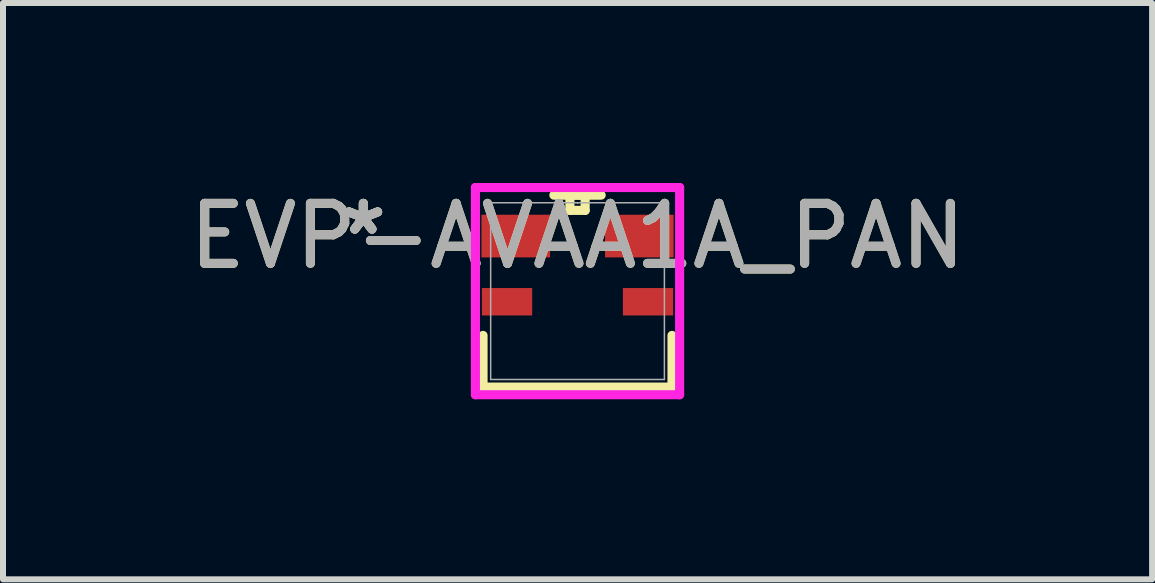
<source format=kicad_pcb>
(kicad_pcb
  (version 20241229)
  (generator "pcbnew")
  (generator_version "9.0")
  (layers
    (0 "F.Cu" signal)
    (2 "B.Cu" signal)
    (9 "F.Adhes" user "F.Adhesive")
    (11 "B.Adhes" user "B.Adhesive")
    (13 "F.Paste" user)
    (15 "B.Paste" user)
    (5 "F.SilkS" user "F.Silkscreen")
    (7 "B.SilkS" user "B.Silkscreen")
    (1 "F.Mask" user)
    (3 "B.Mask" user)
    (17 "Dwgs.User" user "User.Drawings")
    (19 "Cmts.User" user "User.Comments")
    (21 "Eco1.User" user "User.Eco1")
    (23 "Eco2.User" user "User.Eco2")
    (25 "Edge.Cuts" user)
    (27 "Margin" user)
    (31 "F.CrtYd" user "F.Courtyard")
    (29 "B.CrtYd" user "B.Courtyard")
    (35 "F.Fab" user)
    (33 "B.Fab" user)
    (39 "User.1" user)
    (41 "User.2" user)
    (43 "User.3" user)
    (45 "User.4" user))
  (footprint "EVP-AVAA1A_PAN"
    (layer "F.Cu")
    (at 6.577 1.803)
    (property "Reference" "EVP-AVAA1A_PAN" (at 0 -0.918 0) (unlocked yes) (layer "F.SilkS") (effects (font (size 1 1) (thickness 0.15))))
    (attr smd)
    (fp_line (start -1.575 0.738) (end -1.575 1.6) (stroke (width 0.152) (type solid)) (layer "F.SilkS"))
    (fp_line (start -1.575 1.6) (end 1.575 1.6) (stroke (width 0.152) (type solid)) (layer "F.SilkS"))
    (fp_line (start -0.127 -1.6) (end -0.127 -1.346) (stroke (width 0.152) (type solid)) (layer "F.SilkS"))
    (fp_line (start -0.127 -1.346) (end 0.127 -1.346) (stroke (width 0.152) (type solid)) (layer "F.SilkS"))
    (fp_line (start 0.127 -1.6) (end -0.127 -1.6) (stroke (width 0.152) (type solid)) (layer "F.SilkS"))
    (fp_line (start 0.127 -1.346) (end 0.127 -1.6) (stroke (width 0.152) (type solid)) (layer "F.SilkS"))
    (fp_line (start 0.394 -1.6) (end -0.394 -1.6) (stroke (width 0.152) (type solid)) (layer "F.SilkS"))
    (fp_line (start 1.575 1.6) (end 1.575 0.738) (stroke (width 0.152) (type solid)) (layer "F.SilkS"))
    (fp_line (start -1.702 -1.727) (end -1.702 1.727) (stroke (width 0.152) (type solid)) (layer "F.CrtYd"))
    (fp_line (start -1.702 1.727) (end 1.702 1.727) (stroke (width 0.152) (type solid)) (layer "F.CrtYd"))
    (fp_line (start 1.702 -1.727) (end -1.702 -1.727) (stroke (width 0.152) (type solid)) (layer "F.CrtYd"))
    (fp_line (start 1.702 1.727) (end 1.702 -1.727) (stroke (width 0.152) (type solid)) (layer "F.CrtYd"))
    (fp_line (start -1.448 -1.473) (end -1.448 1.473) (stroke (width 0.025) (type solid)) (layer "F.Fab"))
    (fp_line (start -1.448 1.473) (end 1.448 1.473) (stroke (width 0.025) (type solid)) (layer "F.Fab"))
    (fp_line (start 0 -1.473) (end 0 -1.473) (stroke (width 0.025) (type solid)) (layer "F.Fab"))
    (fp_line (start 0 -1.473) (end 0 -1.473) (stroke (width 0.025) (type solid)) (layer "F.Fab"))
    (fp_line (start 0 -1.473) (end 0 -1.473) (stroke (width 0.025) (type solid)) (layer "F.Fab"))
    (fp_line (start 0 -1.473) (end 0 -1.473) (stroke (width 0.025) (type solid)) (layer "F.Fab"))
    (fp_line (start 1.448 -1.473) (end -1.448 -1.473) (stroke (width 0.025) (type solid)) (layer "F.Fab"))
    (fp_line (start 1.448 1.473) (end 1.448 -1.473) (stroke (width 0.025) (type solid)) (layer "F.Fab"))
    (fp_text user "*" (at -3.57 -0.918 0) (unlocked yes) (layer "F.SilkS") (effects (font (size 1 1) (thickness 0.15))))
    (fp_text user "*" (at -3.57 -0.918 0) (layer "F.SilkS") (effects (font (size 1 1) (thickness 0.15))))
    (fp_text user "*" (at -3.57 -0.918 0) (layer "F.Fab") (effects (font (size 1 1) (thickness 0.15))))
    (fp_text user "*" (at -3.57 -0.918 0) (unlocked yes) (layer "F.Fab") (effects (font (size 1 1) (thickness 0.15))))
    (fp_text user "${REFERENCE}" (at 0 -0.918 0) (unlocked yes) (layer "F.Fab") (effects (font (size 1 1) (thickness 0.15))))
    (pad "1" smd rect (at -1.175 0.177) (size 0.838 0.457) (layers "F.Cu" "F.Mask" "F.Paste"))
    (pad "2" smd rect (at -1.03 -0.918) (size 1.143 0.711) (layers "F.Cu" "F.Mask" "F.Paste"))
    (pad "3" smd rect (at 1.03 -0.918) (size 1.143 0.711) (layers "F.Cu" "F.Mask" "F.Paste"))
    (pad "4" smd rect (at 1.175 0.177) (size 0.838 0.457) (layers "F.Cu" "F.Mask" "F.Paste")))
  (gr_rect
    (start -3 -3)
    (end 16.155 6.607)
    (stroke (width 0.1) (type default))
    (fill no)
    (layer "Edge.Cuts")))
</source>
